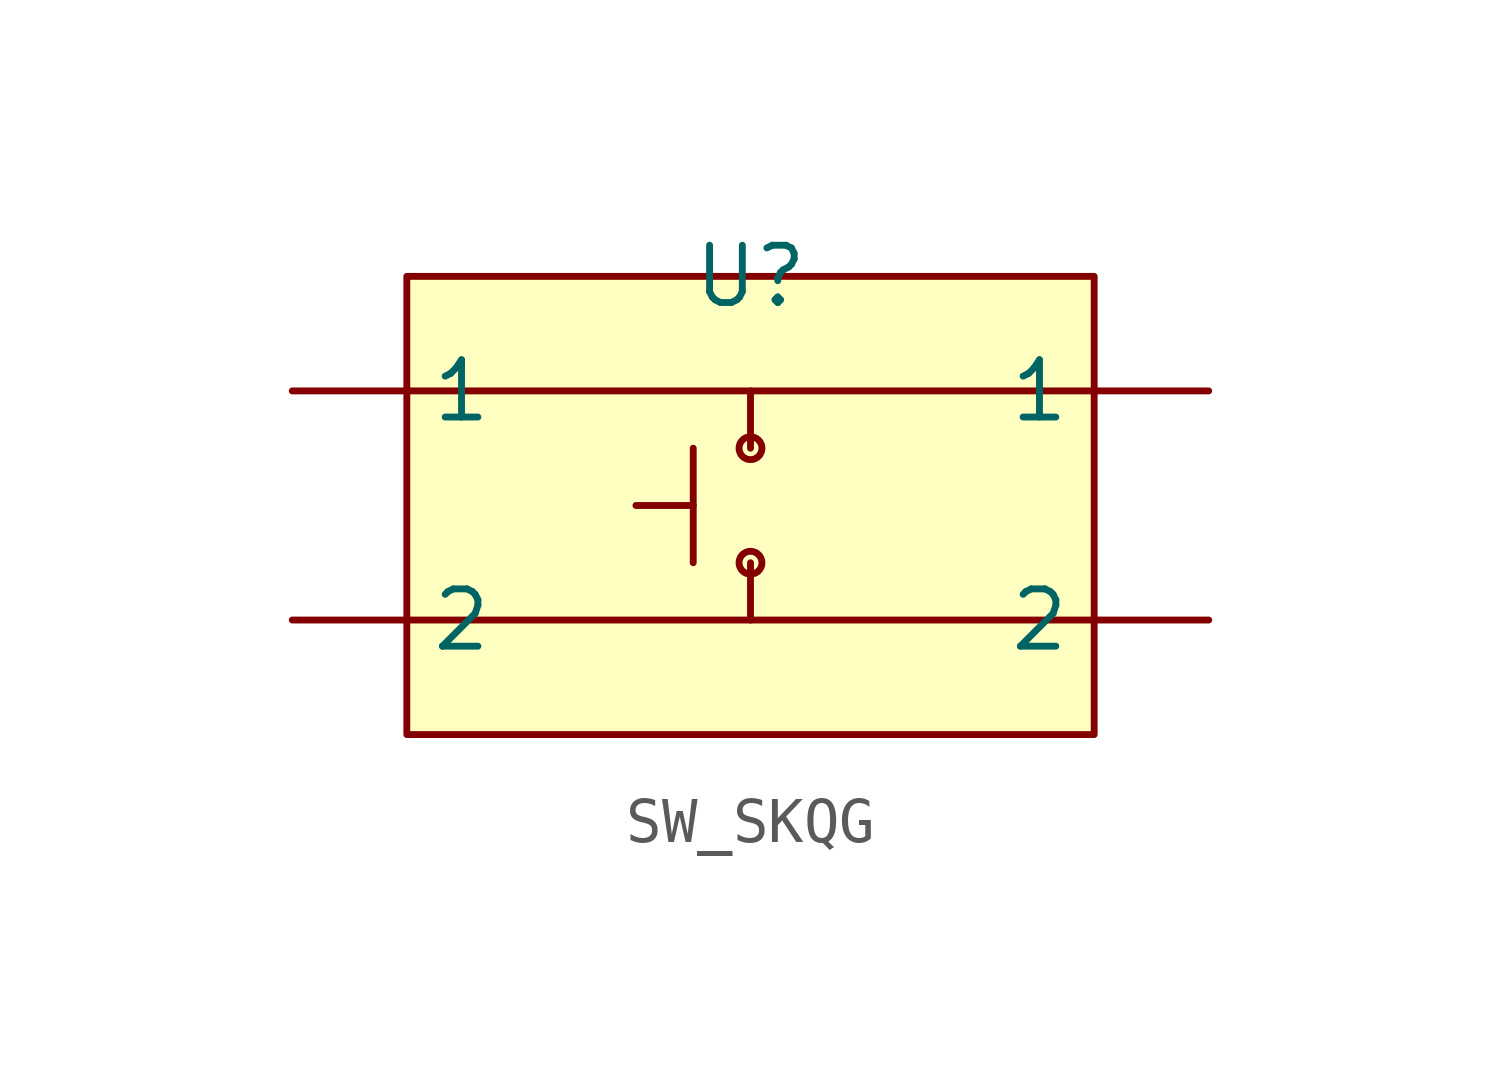
<source format=kicad_sym>
(kicad_symbol_lib
  (version 20231120)
  (generator "kicad_symbol_editor")
  (generator_version "8.0")
  (symbol "SW_SKQG"
    (property "Reference" "U"
      (at 0 0 0)
      (effects (font (size 1.27 1.27))))
    (property "Value" ""
      (at -1.27 0 0)
      (effects (font (size 1.27 1.27))))
    (symbol "SW_SKQG_0_1"
      (circle (center 0 -6.35) (radius 0.254) (stroke (width 0) (type default)) (fill (type none)))
      (circle (center 0 -3.81) (radius 0.254) (stroke (width 0) (type default)) (fill (type none)))
      (polyline (pts (xy -7.62 -7.62) (xy 7.62 -7.62)) (stroke (width 0) (type default)) (fill (type none)))
      (polyline (pts (xy -7.62 -2.54) (xy 7.62 -2.54)) (stroke (width 0) (type default)) (fill (type none)))
      (polyline (pts (xy -1.27 -5.08) (xy -2.54 -5.08)) (stroke (width 0) (type default)) (fill (type none)))
      (polyline (pts (xy -1.27 -3.81) (xy -1.27 -6.35)) (stroke (width 0) (type default)) (fill (type none)))
      (polyline (pts (xy 0 -7.62) (xy 0 -6.35)) (stroke (width 0) (type default)) (fill (type none)))
      (polyline (pts (xy 0 -2.54) (xy 0 -3.81)) (stroke (width 0) (type default)) (fill (type none))))
    (symbol "SW_SKQG_1_1"
      (rectangle (start -7.62 0) (end 7.62 -10.16) (stroke (width 0) (type default)) (fill (type background)))
      (pin input line (at -10.16 -2.54 0) (length 2.54) (name "1" (effects (font (size 1.27 1.27)))) (number "" (effects (font (size 1.27 1.27)))))
      (pin input line (at 10.16 -2.54 180) (length 2.54) (name "1" (effects (font (size 1.27 1.27)))) (number "" (effects (font (size 1.27 1.27)))))
      (pin input line (at -10.16 -7.62 0) (length 2.54) (name "2" (effects (font (size 1.27 1.27)))) (number "" (effects (font (size 1.27 1.27)))))
      (pin input line (at 10.16 -7.62 180) (length 2.54) (name "2" (effects (font (size 1.27 1.27)))) (number "" (effects (font (size 1.27 1.27))))))))
</source>
